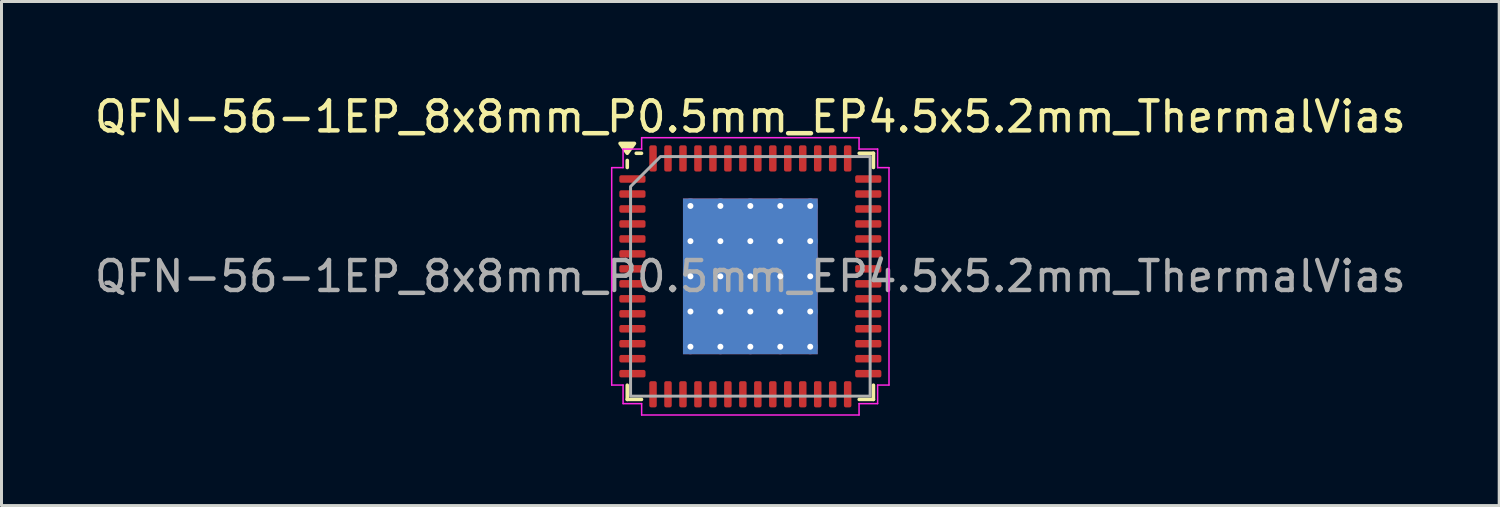
<source format=kicad_pcb>
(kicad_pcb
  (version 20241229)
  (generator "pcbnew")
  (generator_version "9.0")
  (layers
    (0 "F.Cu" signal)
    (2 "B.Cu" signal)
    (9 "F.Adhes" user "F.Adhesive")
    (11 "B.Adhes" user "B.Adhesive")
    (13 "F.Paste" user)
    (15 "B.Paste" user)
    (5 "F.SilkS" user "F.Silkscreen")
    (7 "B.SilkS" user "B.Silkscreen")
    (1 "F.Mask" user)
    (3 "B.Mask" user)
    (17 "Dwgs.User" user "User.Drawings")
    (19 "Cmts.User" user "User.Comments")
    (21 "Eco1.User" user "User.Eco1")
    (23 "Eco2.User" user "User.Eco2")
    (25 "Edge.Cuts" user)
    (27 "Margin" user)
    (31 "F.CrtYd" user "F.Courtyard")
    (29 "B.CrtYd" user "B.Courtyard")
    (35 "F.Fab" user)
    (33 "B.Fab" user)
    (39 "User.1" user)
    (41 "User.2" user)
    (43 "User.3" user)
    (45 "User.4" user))
  (footprint "QFN-56-1EP_8x8mm_P0.5mm_EP4.5x5.2mm_ThermalVias"
    (layer "F.Cu")
    (at 22.006 6.178)
    (property "Reference" "QFN-56-1EP_8x8mm_P0.5mm_EP4.5x5.2mm_ThermalVias" (at 0 -5.33 0) (layer "F.SilkS") (effects (font (size 1 1) (thickness 0.15))))
    (attr smd)
    (fp_line (start -4.11 -3.635) (end -4.11 -3.87) (stroke (width 0.12) (type solid)) (layer "F.SilkS"))
    (fp_line (start -4.11 4.11) (end -4.11 3.635) (stroke (width 0.12) (type solid)) (layer "F.SilkS"))
    (fp_line (start -3.635 -4.11) (end -3.81 -4.11) (stroke (width 0.12) (type solid)) (layer "F.SilkS"))
    (fp_line (start -3.635 4.11) (end -4.11 4.11) (stroke (width 0.12) (type solid)) (layer "F.SilkS"))
    (fp_line (start 3.635 -4.11) (end 4.11 -4.11) (stroke (width 0.12) (type solid)) (layer "F.SilkS"))
    (fp_line (start 3.635 4.11) (end 4.11 4.11) (stroke (width 0.12) (type solid)) (layer "F.SilkS"))
    (fp_line (start 4.11 -4.11) (end 4.11 -3.635) (stroke (width 0.12) (type solid)) (layer "F.SilkS"))
    (fp_line (start 4.11 4.11) (end 4.11 3.635) (stroke (width 0.12) (type solid)) (layer "F.SilkS"))
    (fp_poly (pts (xy -4.11 -4.11) (xy -4.35 -4.44) (xy -3.87 -4.44)) (stroke (width 0.12) (type solid)) (fill yes) (layer "F.SilkS"))
    (fp_line (start -4.63 -3.63) (end -4.25 -3.63) (stroke (width 0.05) (type solid)) (layer "F.CrtYd"))
    (fp_line (start -4.63 3.63) (end -4.63 -3.63) (stroke (width 0.05) (type solid)) (layer "F.CrtYd"))
    (fp_line (start -4.25 -4.25) (end -3.63 -4.25) (stroke (width 0.05) (type solid)) (layer "F.CrtYd"))
    (fp_line (start -4.25 -3.63) (end -4.25 -4.25) (stroke (width 0.05) (type solid)) (layer "F.CrtYd"))
    (fp_line (start -4.25 3.63) (end -4.63 3.63) (stroke (width 0.05) (type solid)) (layer "F.CrtYd"))
    (fp_line (start -4.25 4.25) (end -4.25 3.63) (stroke (width 0.05) (type solid)) (layer "F.CrtYd"))
    (fp_line (start -3.63 -4.63) (end 3.63 -4.63) (stroke (width 0.05) (type solid)) (layer "F.CrtYd"))
    (fp_line (start -3.63 -4.25) (end -3.63 -4.63) (stroke (width 0.05) (type solid)) (layer "F.CrtYd"))
    (fp_line (start -3.63 4.25) (end -4.25 4.25) (stroke (width 0.05) (type solid)) (layer "F.CrtYd"))
    (fp_line (start -3.63 4.63) (end -3.63 4.25) (stroke (width 0.05) (type solid)) (layer "F.CrtYd"))
    (fp_line (start 3.63 -4.63) (end 3.63 -4.25) (stroke (width 0.05) (type solid)) (layer "F.CrtYd"))
    (fp_line (start 3.63 -4.25) (end 4.25 -4.25) (stroke (width 0.05) (type solid)) (layer "F.CrtYd"))
    (fp_line (start 3.63 4.25) (end 3.63 4.63) (stroke (width 0.05) (type solid)) (layer "F.CrtYd"))
    (fp_line (start 3.63 4.63) (end -3.63 4.63) (stroke (width 0.05) (type solid)) (layer "F.CrtYd"))
    (fp_line (start 4.25 -4.25) (end 4.25 -3.63) (stroke (width 0.05) (type solid)) (layer "F.CrtYd"))
    (fp_line (start 4.25 -3.63) (end 4.63 -3.63) (stroke (width 0.05) (type solid)) (layer "F.CrtYd"))
    (fp_line (start 4.25 3.63) (end 4.25 4.25) (stroke (width 0.05) (type solid)) (layer "F.CrtYd"))
    (fp_line (start 4.25 4.25) (end 3.63 4.25) (stroke (width 0.05) (type solid)) (layer "F.CrtYd"))
    (fp_line (start 4.63 -3.63) (end 4.63 3.63) (stroke (width 0.05) (type solid)) (layer "F.CrtYd"))
    (fp_line (start 4.63 3.63) (end 4.25 3.63) (stroke (width 0.05) (type solid)) (layer "F.CrtYd"))
    (fp_poly (pts (xy -4 -3) (xy -4 4) (xy 4 4) (xy 4 -4) (xy -3 -4)) (stroke (width 0.1) (type solid)) (fill no) (layer "F.Fab"))
    (fp_text user "${REFERENCE}" (at 0 0 0) (layer "F.Fab") (effects (font (size 1 1) (thickness 0.15))))
    (pad "" smd roundrect (at -1.68 -1.95) (size 0.87 1.01) (layers "F.Paste") (roundrect_rratio 0.25))
    (pad "" smd roundrect (at -1.68 -0.65) (size 0.87 1.01) (layers "F.Paste") (roundrect_rratio 0.25))
    (pad "" smd roundrect (at -1.68 0.65) (size 0.87 1.01) (layers "F.Paste") (roundrect_rratio 0.25))
    (pad "" smd roundrect (at -1.68 1.95) (size 0.87 1.01) (layers "F.Paste") (roundrect_rratio 0.25))
    (pad "" smd roundrect (at -0.56 -1.95) (size 0.87 1.01) (layers "F.Paste") (roundrect_rratio 0.25))
    (pad "" smd roundrect (at -0.56 -0.65) (size 0.87 1.01) (layers "F.Paste") (roundrect_rratio 0.25))
    (pad "" smd roundrect (at -0.56 0.65) (size 0.87 1.01) (layers "F.Paste") (roundrect_rratio 0.25))
    (pad "" smd roundrect (at -0.56 1.95) (size 0.87 1.01) (layers "F.Paste") (roundrect_rratio 0.25))
    (pad "" smd roundrect (at 0.56 -1.95) (size 0.87 1.01) (layers "F.Paste") (roundrect_rratio 0.25))
    (pad "" smd roundrect (at 0.56 -0.65) (size 0.87 1.01) (layers "F.Paste") (roundrect_rratio 0.25))
    (pad "" smd roundrect (at 0.56 0.65) (size 0.87 1.01) (layers "F.Paste") (roundrect_rratio 0.25))
    (pad "" smd roundrect (at 0.56 1.95) (size 0.87 1.01) (layers "F.Paste") (roundrect_rratio 0.25))
    (pad "" smd roundrect (at 1.68 -1.95) (size 0.87 1.01) (layers "F.Paste") (roundrect_rratio 0.25))
    (pad "" smd roundrect (at 1.68 -0.65) (size 0.87 1.01) (layers "F.Paste") (roundrect_rratio 0.25))
    (pad "" smd roundrect (at 1.68 0.65) (size 0.87 1.01) (layers "F.Paste") (roundrect_rratio 0.25))
    (pad "" smd roundrect (at 1.68 1.95) (size 0.87 1.01) (layers "F.Paste") (roundrect_rratio 0.25))
    (pad "1" smd roundrect (at -3.938 -3.25) (size 0.875 0.25) (layers "F.Cu" "F.Mask" "F.Paste") (roundrect_rratio 0.25))
    (pad "2" smd roundrect (at -3.938 -2.75) (size 0.875 0.25) (layers "F.Cu" "F.Mask" "F.Paste") (roundrect_rratio 0.25))
    (pad "3" smd roundrect (at -3.938 -2.25) (size 0.875 0.25) (layers "F.Cu" "F.Mask" "F.Paste") (roundrect_rratio 0.25))
    (pad "4" smd roundrect (at -3.938 -1.75) (size 0.875 0.25) (layers "F.Cu" "F.Mask" "F.Paste") (roundrect_rratio 0.25))
    (pad "5" smd roundrect (at -3.938 -1.25) (size 0.875 0.25) (layers "F.Cu" "F.Mask" "F.Paste") (roundrect_rratio 0.25))
    (pad "6" smd roundrect (at -3.938 -0.75) (size 0.875 0.25) (layers "F.Cu" "F.Mask" "F.Paste") (roundrect_rratio 0.25))
    (pad "7" smd roundrect (at -3.938 -0.25) (size 0.875 0.25) (layers "F.Cu" "F.Mask" "F.Paste") (roundrect_rratio 0.25))
    (pad "8" smd roundrect (at -3.938 0.25) (size 0.875 0.25) (layers "F.Cu" "F.Mask" "F.Paste") (roundrect_rratio 0.25))
    (pad "9" smd roundrect (at -3.938 0.75) (size 0.875 0.25) (layers "F.Cu" "F.Mask" "F.Paste") (roundrect_rratio 0.25))
    (pad "10" smd roundrect (at -3.938 1.25) (size 0.875 0.25) (layers "F.Cu" "F.Mask" "F.Paste") (roundrect_rratio 0.25))
    (pad "11" smd roundrect (at -3.938 1.75) (size 0.875 0.25) (layers "F.Cu" "F.Mask" "F.Paste") (roundrect_rratio 0.25))
    (pad "12" smd roundrect (at -3.938 2.25) (size 0.875 0.25) (layers "F.Cu" "F.Mask" "F.Paste") (roundrect_rratio 0.25))
    (pad "13" smd roundrect (at -3.938 2.75) (size 0.875 0.25) (layers "F.Cu" "F.Mask" "F.Paste") (roundrect_rratio 0.25))
    (pad "14" smd roundrect (at -3.938 3.25) (size 0.875 0.25) (layers "F.Cu" "F.Mask" "F.Paste") (roundrect_rratio 0.25))
    (pad "15" smd roundrect (at -3.25 3.938) (size 0.25 0.875) (layers "F.Cu" "F.Mask" "F.Paste") (roundrect_rratio 0.25))
    (pad "16" smd roundrect (at -2.75 3.938) (size 0.25 0.875) (layers "F.Cu" "F.Mask" "F.Paste") (roundrect_rratio 0.25))
    (pad "17" smd roundrect (at -2.25 3.938) (size 0.25 0.875) (layers "F.Cu" "F.Mask" "F.Paste") (roundrect_rratio 0.25))
    (pad "18" smd roundrect (at -1.75 3.938) (size 0.25 0.875) (layers "F.Cu" "F.Mask" "F.Paste") (roundrect_rratio 0.25))
    (pad "19" smd roundrect (at -1.25 3.938) (size 0.25 0.875) (layers "F.Cu" "F.Mask" "F.Paste") (roundrect_rratio 0.25))
    (pad "20" smd roundrect (at -0.75 3.938) (size 0.25 0.875) (layers "F.Cu" "F.Mask" "F.Paste") (roundrect_rratio 0.25))
    (pad "21" smd roundrect (at -0.25 3.938) (size 0.25 0.875) (layers "F.Cu" "F.Mask" "F.Paste") (roundrect_rratio 0.25))
    (pad "22" smd roundrect (at 0.25 3.938) (size 0.25 0.875) (layers "F.Cu" "F.Mask" "F.Paste") (roundrect_rratio 0.25))
    (pad "23" smd roundrect (at 0.75 3.938) (size 0.25 0.875) (layers "F.Cu" "F.Mask" "F.Paste") (roundrect_rratio 0.25))
    (pad "24" smd roundrect (at 1.25 3.938) (size 0.25 0.875) (layers "F.Cu" "F.Mask" "F.Paste") (roundrect_rratio 0.25))
    (pad "25" smd roundrect (at 1.75 3.938) (size 0.25 0.875) (layers "F.Cu" "F.Mask" "F.Paste") (roundrect_rratio 0.25))
    (pad "26" smd roundrect (at 2.25 3.938) (size 0.25 0.875) (layers "F.Cu" "F.Mask" "F.Paste") (roundrect_rratio 0.25))
    (pad "27" smd roundrect (at 2.75 3.938) (size 0.25 0.875) (layers "F.Cu" "F.Mask" "F.Paste") (roundrect_rratio 0.25))
    (pad "28" smd roundrect (at 3.25 3.938) (size 0.25 0.875) (layers "F.Cu" "F.Mask" "F.Paste") (roundrect_rratio 0.25))
    (pad "29" smd roundrect (at 3.938 3.25) (size 0.875 0.25) (layers "F.Cu" "F.Mask" "F.Paste") (roundrect_rratio 0.25))
    (pad "30" smd roundrect (at 3.938 2.75) (size 0.875 0.25) (layers "F.Cu" "F.Mask" "F.Paste") (roundrect_rratio 0.25))
    (pad "31" smd roundrect (at 3.938 2.25) (size 0.875 0.25) (layers "F.Cu" "F.Mask" "F.Paste") (roundrect_rratio 0.25))
    (pad "32" smd roundrect (at 3.938 1.75) (size 0.875 0.25) (layers "F.Cu" "F.Mask" "F.Paste") (roundrect_rratio 0.25))
    (pad "33" smd roundrect (at 3.938 1.25) (size 0.875 0.25) (layers "F.Cu" "F.Mask" "F.Paste") (roundrect_rratio 0.25))
    (pad "34" smd roundrect (at 3.938 0.75) (size 0.875 0.25) (layers "F.Cu" "F.Mask" "F.Paste") (roundrect_rratio 0.25))
    (pad "35" smd roundrect (at 3.938 0.25) (size 0.875 0.25) (layers "F.Cu" "F.Mask" "F.Paste") (roundrect_rratio 0.25))
    (pad "36" smd roundrect (at 3.938 -0.25) (size 0.875 0.25) (layers "F.Cu" "F.Mask" "F.Paste") (roundrect_rratio 0.25))
    (pad "37" smd roundrect (at 3.938 -0.75) (size 0.875 0.25) (layers "F.Cu" "F.Mask" "F.Paste") (roundrect_rratio 0.25))
    (pad "38" smd roundrect (at 3.938 -1.25) (size 0.875 0.25) (layers "F.Cu" "F.Mask" "F.Paste") (roundrect_rratio 0.25))
    (pad "39" smd roundrect (at 3.938 -1.75) (size 0.875 0.25) (layers "F.Cu" "F.Mask" "F.Paste") (roundrect_rratio 0.25))
    (pad "40" smd roundrect (at 3.938 -2.25) (size 0.875 0.25) (layers "F.Cu" "F.Mask" "F.Paste") (roundrect_rratio 0.25))
    (pad "41" smd roundrect (at 3.938 -2.75) (size 0.875 0.25) (layers "F.Cu" "F.Mask" "F.Paste") (roundrect_rratio 0.25))
    (pad "42" smd roundrect (at 3.938 -3.25) (size 0.875 0.25) (layers "F.Cu" "F.Mask" "F.Paste") (roundrect_rratio 0.25))
    (pad "43" smd roundrect (at 3.25 -3.938) (size 0.25 0.875) (layers "F.Cu" "F.Mask" "F.Paste") (roundrect_rratio 0.25))
    (pad "44" smd roundrect (at 2.75 -3.938) (size 0.25 0.875) (layers "F.Cu" "F.Mask" "F.Paste") (roundrect_rratio 0.25))
    (pad "45" smd roundrect (at 2.25 -3.938) (size 0.25 0.875) (layers "F.Cu" "F.Mask" "F.Paste") (roundrect_rratio 0.25))
    (pad "46" smd roundrect (at 1.75 -3.938) (size 0.25 0.875) (layers "F.Cu" "F.Mask" "F.Paste") (roundrect_rratio 0.25))
    (pad "47" smd roundrect (at 1.25 -3.938) (size 0.25 0.875) (layers "F.Cu" "F.Mask" "F.Paste") (roundrect_rratio 0.25))
    (pad "48" smd roundrect (at 0.75 -3.938) (size 0.25 0.875) (layers "F.Cu" "F.Mask" "F.Paste") (roundrect_rratio 0.25))
    (pad "49" smd roundrect (at 0.25 -3.938) (size 0.25 0.875) (layers "F.Cu" "F.Mask" "F.Paste") (roundrect_rratio 0.25))
    (pad "50" smd roundrect (at -0.25 -3.938) (size 0.25 0.875) (layers "F.Cu" "F.Mask" "F.Paste") (roundrect_rratio 0.25))
    (pad "51" smd roundrect (at -0.75 -3.938) (size 0.25 0.875) (layers "F.Cu" "F.Mask" "F.Paste") (roundrect_rratio 0.25))
    (pad "52" smd roundrect (at -1.25 -3.938) (size 0.25 0.875) (layers "F.Cu" "F.Mask" "F.Paste") (roundrect_rratio 0.25))
    (pad "53" smd roundrect (at -1.75 -3.938) (size 0.25 0.875) (layers "F.Cu" "F.Mask" "F.Paste") (roundrect_rratio 0.25))
    (pad "54" smd roundrect (at -2.25 -3.938) (size 0.25 0.875) (layers "F.Cu" "F.Mask" "F.Paste") (roundrect_rratio 0.25))
    (pad "55" smd roundrect (at -2.75 -3.938) (size 0.25 0.875) (layers "F.Cu" "F.Mask" "F.Paste") (roundrect_rratio 0.25))
    (pad "56" smd roundrect (at -3.25 -3.938) (size 0.25 0.875) (layers "F.Cu" "F.Mask" "F.Paste") (roundrect_rratio 0.25))
    (pad "57" thru_hole circle (at -2 -2.35) (size 0.5 0.5) (drill 0.2) (property pad_prop_heatsink) (layers "*.Cu"))
    (pad "57" thru_hole circle (at -2 -1.175) (size 0.5 0.5) (drill 0.2) (property pad_prop_heatsink) (layers "*.Cu"))
    (pad "57" thru_hole circle (at -2 0) (size 0.5 0.5) (drill 0.2) (property pad_prop_heatsink) (layers "*.Cu"))
    (pad "57" thru_hole circle (at -2 1.175) (size 0.5 0.5) (drill 0.2) (property pad_prop_heatsink) (layers "*.Cu"))
    (pad "57" thru_hole circle (at -2 2.35) (size 0.5 0.5) (drill 0.2) (property pad_prop_heatsink) (layers "*.Cu"))
    (pad "57" thru_hole circle (at -1 -2.35) (size 0.5 0.5) (drill 0.2) (property pad_prop_heatsink) (layers "*.Cu"))
    (pad "57" thru_hole circle (at -1 -1.175) (size 0.5 0.5) (drill 0.2) (property pad_prop_heatsink) (layers "*.Cu"))
    (pad "57" thru_hole circle (at -1 0) (size 0.5 0.5) (drill 0.2) (property pad_prop_heatsink) (layers "*.Cu"))
    (pad "57" thru_hole circle (at -1 1.175) (size 0.5 0.5) (drill 0.2) (property pad_prop_heatsink) (layers "*.Cu"))
    (pad "57" thru_hole circle (at -1 2.35) (size 0.5 0.5) (drill 0.2) (property pad_prop_heatsink) (layers "*.Cu"))
    (pad "57" thru_hole circle (at 0 -2.35) (size 0.5 0.5) (drill 0.2) (property pad_prop_heatsink) (layers "*.Cu"))
    (pad "57" thru_hole circle (at 0 -1.175) (size 0.5 0.5) (drill 0.2) (property pad_prop_heatsink) (layers "*.Cu"))
    (pad "57" thru_hole circle (at 0 0) (size 0.5 0.5) (drill 0.2) (property pad_prop_heatsink) (layers "*.Cu"))
    (pad "57" smd rect (at 0 0) (size 4.5 5.2) (property pad_prop_heatsink) (layers "F.Cu" "F.Mask"))
    (pad "57" smd rect (at 0 0) (size 4.5 5.2) (property pad_prop_heatsink) (layers "B.Cu"))
    (pad "57" thru_hole circle (at 0 1.175) (size 0.5 0.5) (drill 0.2) (property pad_prop_heatsink) (layers "*.Cu"))
    (pad "57" thru_hole circle (at 0 2.35) (size 0.5 0.5) (drill 0.2) (property pad_prop_heatsink) (layers "*.Cu"))
    (pad "57" thru_hole circle (at 1 -2.35) (size 0.5 0.5) (drill 0.2) (property pad_prop_heatsink) (layers "*.Cu"))
    (pad "57" thru_hole circle (at 1 -1.175) (size 0.5 0.5) (drill 0.2) (property pad_prop_heatsink) (layers "*.Cu"))
    (pad "57" thru_hole circle (at 1 0) (size 0.5 0.5) (drill 0.2) (property pad_prop_heatsink) (layers "*.Cu"))
    (pad "57" thru_hole circle (at 1 1.175) (size 0.5 0.5) (drill 0.2) (property pad_prop_heatsink) (layers "*.Cu"))
    (pad "57" thru_hole circle (at 1 2.35) (size 0.5 0.5) (drill 0.2) (property pad_prop_heatsink) (layers "*.Cu"))
    (pad "57" thru_hole circle (at 2 -2.35) (size 0.5 0.5) (drill 0.2) (property pad_prop_heatsink) (layers "*.Cu"))
    (pad "57" thru_hole circle (at 2 -1.175) (size 0.5 0.5) (drill 0.2) (property pad_prop_heatsink) (layers "*.Cu"))
    (pad "57" thru_hole circle (at 2 0) (size 0.5 0.5) (drill 0.2) (property pad_prop_heatsink) (layers "*.Cu"))
    (pad "57" thru_hole circle (at 2 1.175) (size 0.5 0.5) (drill 0.2) (property pad_prop_heatsink) (layers "*.Cu"))
    (pad "57" thru_hole circle (at 2 2.35) (size 0.5 0.5) (drill 0.2) (property pad_prop_heatsink) (layers "*.Cu")))
  (gr_rect
    (start -3 -3)
    (end 47.012 13.833)
    (stroke (width 0.1) (type default))
    (fill no)
    (layer "Edge.Cuts")))
</source>
